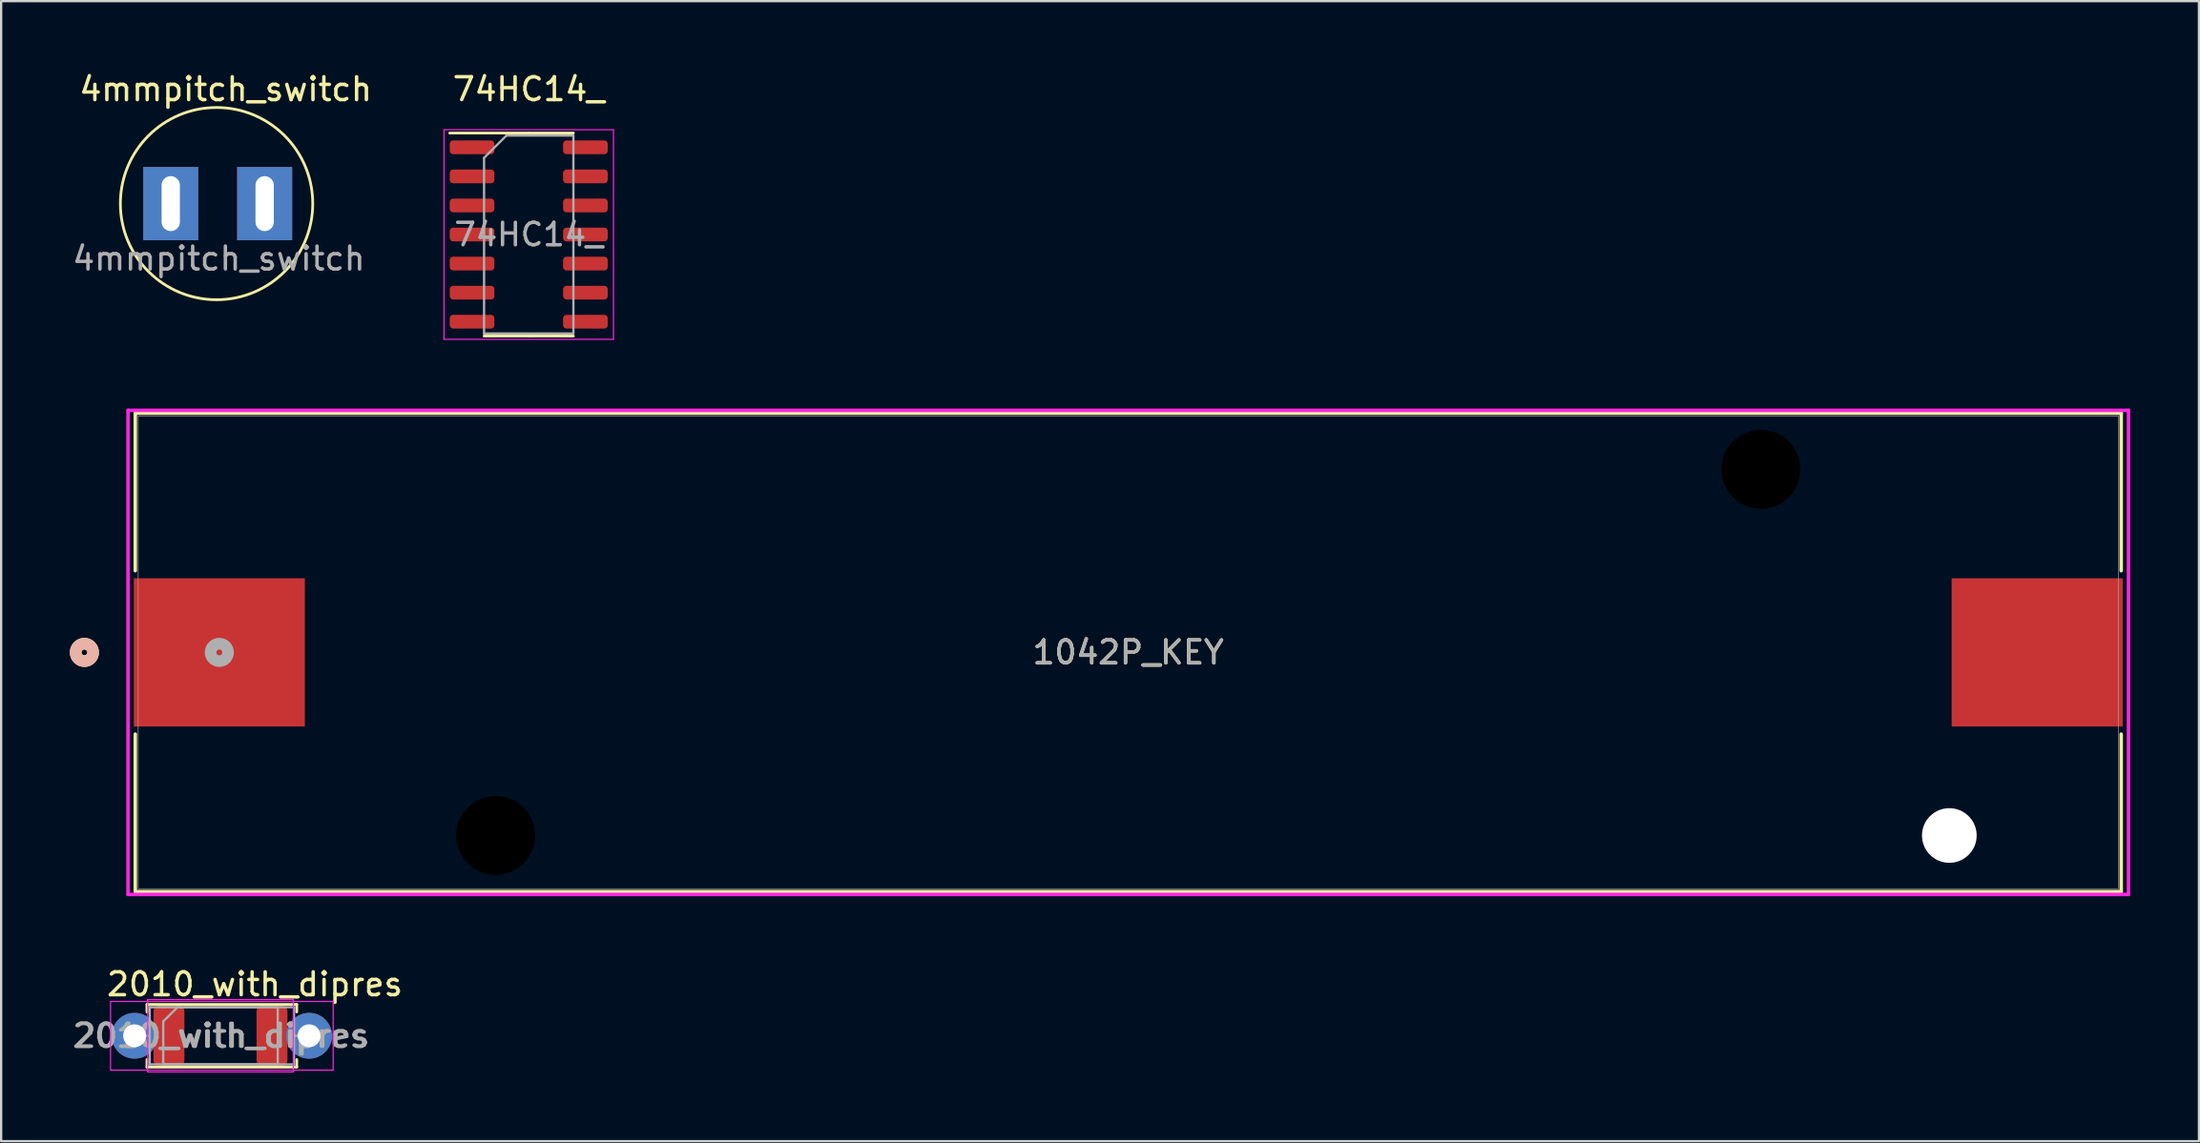
<source format=kicad_pcb>
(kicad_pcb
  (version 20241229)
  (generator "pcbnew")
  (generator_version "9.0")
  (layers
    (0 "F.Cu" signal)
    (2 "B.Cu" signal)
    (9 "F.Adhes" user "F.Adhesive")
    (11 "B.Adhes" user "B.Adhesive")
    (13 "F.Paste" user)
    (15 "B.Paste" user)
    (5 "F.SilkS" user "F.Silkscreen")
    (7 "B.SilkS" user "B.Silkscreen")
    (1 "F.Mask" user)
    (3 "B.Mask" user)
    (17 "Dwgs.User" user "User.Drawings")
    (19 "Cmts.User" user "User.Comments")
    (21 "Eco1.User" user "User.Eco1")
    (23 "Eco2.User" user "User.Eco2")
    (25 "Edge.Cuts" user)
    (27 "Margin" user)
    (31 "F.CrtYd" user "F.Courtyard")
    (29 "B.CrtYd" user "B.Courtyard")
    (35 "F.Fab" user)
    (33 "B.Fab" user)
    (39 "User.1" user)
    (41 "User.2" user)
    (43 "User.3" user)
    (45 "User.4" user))
  (footprint "2010_with_dipres"
    (layer "F.Cu")
    (at 6.577 42.212)
    (property "Reference" "2010_with_dipres" (at 1.5 -2.25 0) (unlocked yes) (layer "F.SilkS") (effects (font (size 1 1) (thickness 0.15))))
    (attr smd)
    (fp_line (start -3.21 -1.37) (end 3.33 -1.37) (stroke (width 0.12) (type solid)) (layer "F.SilkS"))
    (fp_line (start -3.21 -1.04) (end -3.21 -1.37) (stroke (width 0.12) (type solid)) (layer "F.SilkS"))
    (fp_line (start -3.21 1.04) (end -3.21 1.37) (stroke (width 0.12) (type solid)) (layer "F.SilkS"))
    (fp_line (start -3.21 1.37) (end 3.33 1.37) (stroke (width 0.12) (type solid)) (layer "F.SilkS"))
    (fp_line (start 3.33 -1.37) (end 3.33 -1.04) (stroke (width 0.12) (type solid)) (layer "F.SilkS"))
    (fp_line (start 3.33 1.37) (end 3.33 1.04) (stroke (width 0.12) (type solid)) (layer "F.SilkS"))
    (fp_line (start -4.8 -1.5) (end -4.8 1.5) (stroke (width 0.05) (type solid)) (layer "F.CrtYd"))
    (fp_line (start -4.8 1.5) (end 4.92 1.5) (stroke (width 0.05) (type solid)) (layer "F.CrtYd"))
    (fp_line (start -3.18 -1.58) (end 3.18 -1.58) (stroke (width 0.05) (type solid)) (layer "F.CrtYd"))
    (fp_line (start -3.18 1.58) (end -3.18 -1.58) (stroke (width 0.05) (type solid)) (layer "F.CrtYd"))
    (fp_line (start 3.18 -1.58) (end 3.18 1.58) (stroke (width 0.05) (type solid)) (layer "F.CrtYd"))
    (fp_line (start 3.18 1.58) (end -3.18 1.58) (stroke (width 0.05) (type solid)) (layer "F.CrtYd"))
    (fp_line (start 4.92 -1.5) (end -4.8 -1.5) (stroke (width 0.05) (type solid)) (layer "F.CrtYd"))
    (fp_line (start 4.92 1.5) (end 4.92 -1.5) (stroke (width 0.05) (type solid)) (layer "F.CrtYd"))
    (fp_line (start -3.75 0) (end -3.09 0) (stroke (width 0.1) (type solid)) (layer "F.Fab"))
    (fp_line (start -3.09 -1.25) (end -3.09 1.25) (stroke (width 0.1) (type solid)) (layer "F.Fab"))
    (fp_line (start -3.09 1.25) (end 3.21 1.25) (stroke (width 0.1) (type solid)) (layer "F.Fab"))
    (fp_line (start -2.5 -0.625) (end -2.5 1.25) (stroke (width 0.1) (type solid)) (layer "F.Fab"))
    (fp_line (start -2.5 1.25) (end 2.5 1.25) (stroke (width 0.1) (type solid)) (layer "F.Fab"))
    (fp_line (start -1.875 -1.25) (end -2.5 -0.625) (stroke (width 0.1) (type solid)) (layer "F.Fab"))
    (fp_line (start 2.5 -1.25) (end -1.875 -1.25) (stroke (width 0.1) (type solid)) (layer "F.Fab"))
    (fp_line (start 2.5 1.25) (end 2.5 -1.25) (stroke (width 0.1) (type solid)) (layer "F.Fab"))
    (fp_line (start 3.21 -1.25) (end -3.09 -1.25) (stroke (width 0.1) (type solid)) (layer "F.Fab"))
    (fp_line (start 3.21 1.25) (end 3.21 -1.25) (stroke (width 0.1) (type solid)) (layer "F.Fab"))
    (fp_line (start 3.87 0) (end 3.21 0) (stroke (width 0.1) (type solid)) (layer "F.Fab"))
    (fp_text user "${REFERENCE}" (at 0.06 0 0) (layer "F.Fab") (effects (font (size 1 1) (thickness 0.15))))
    (fp_text user "${REFERENCE}" (at 0 0 0) (layer "F.Fab") (effects (font (size 1 1) (thickness 0.15))))
    (pad "1" thru_hole circle (at -3.75 0) (size 2 2) (drill 1) (layers "*.Cu" "*.Mask"))
    (pad "1" smd roundrect (at -2.25 0) (size 1.35 2.65) (layers "F.Cu" "F.Mask" "F.Paste") (roundrect_rratio 0.185))
    (pad "2" smd roundrect (at 2.25 0) (size 1.35 2.65) (layers "F.Cu" "F.Mask" "F.Paste") (roundrect_rratio 0.185))
    (pad "2" thru_hole circle (at 3.87 0) (size 2 2) (drill 1) (layers "*.Cu" "*.Mask")))
  (footprint "74HC14_"
    (layer "F.Cu")
    (at 20.037 7.198)
    (property "Reference" "74HC14_" (at 0 -6.35 0) (layer "F.SilkS") (effects (font (size 1 1) (thickness 0.15))))
    (attr through_hole)
    (fp_line (start 0 -4.435) (end -3.45 -4.435) (stroke (width 0.12) (type solid)) (layer "F.SilkS"))
    (fp_line (start 0 -4.435) (end 1.95 -4.435) (stroke (width 0.12) (type solid)) (layer "F.SilkS"))
    (fp_line (start 0 4.435) (end -1.95 4.435) (stroke (width 0.12) (type solid)) (layer "F.SilkS"))
    (fp_line (start 0 4.435) (end 1.95 4.435) (stroke (width 0.12) (type solid)) (layer "F.SilkS"))
    (fp_line (start -3.7 -4.58) (end -3.7 4.58) (stroke (width 0.05) (type solid)) (layer "F.CrtYd"))
    (fp_line (start -3.7 4.58) (end 3.7 4.58) (stroke (width 0.05) (type solid)) (layer "F.CrtYd"))
    (fp_line (start 3.7 -4.58) (end -3.7 -4.58) (stroke (width 0.05) (type solid)) (layer "F.CrtYd"))
    (fp_line (start 3.7 4.58) (end 3.7 -4.58) (stroke (width 0.05) (type solid)) (layer "F.CrtYd"))
    (fp_line (start -1.95 -3.35) (end -0.975 -4.325) (stroke (width 0.1) (type solid)) (layer "F.Fab"))
    (fp_line (start -1.95 4.325) (end -1.95 -3.35) (stroke (width 0.1) (type solid)) (layer "F.Fab"))
    (fp_line (start -0.975 -4.325) (end 1.95 -4.325) (stroke (width 0.1) (type solid)) (layer "F.Fab"))
    (fp_line (start 1.95 -4.325) (end 1.95 4.325) (stroke (width 0.1) (type solid)) (layer "F.Fab"))
    (fp_line (start 1.95 4.325) (end -1.95 4.325) (stroke (width 0.1) (type solid)) (layer "F.Fab"))
    (fp_text user "${REFERENCE}" (at 0 0 0) (layer "F.Fab") (effects (font (size 0.98 0.98) (thickness 0.15))))
    (pad "1" smd roundrect (at -2.475 -3.81) (size 1.95 0.6) (layers "F.Cu" "F.Mask" "F.Paste") (roundrect_rratio 0.25))
    (pad "2" smd roundrect (at -2.475 -2.54) (size 1.95 0.6) (layers "F.Cu" "F.Mask" "F.Paste") (roundrect_rratio 0.25))
    (pad "3" smd roundrect (at -2.475 -1.27) (size 1.95 0.6) (layers "F.Cu" "F.Mask" "F.Paste") (roundrect_rratio 0.25))
    (pad "4" smd roundrect (at -2.475 0) (size 1.95 0.6) (layers "F.Cu" "F.Mask" "F.Paste") (roundrect_rratio 0.25))
    (pad "5" smd roundrect (at -2.475 1.27) (size 1.95 0.6) (layers "F.Cu" "F.Mask" "F.Paste") (roundrect_rratio 0.25))
    (pad "6" smd roundrect (at -2.475 2.54) (size 1.95 0.6) (layers "F.Cu" "F.Mask" "F.Paste") (roundrect_rratio 0.25))
    (pad "7" smd roundrect (at -2.475 3.81) (size 1.95 0.6) (layers "F.Cu" "F.Mask" "F.Paste") (roundrect_rratio 0.25))
    (pad "8" smd roundrect (at 2.475 3.81) (size 1.95 0.6) (layers "F.Cu" "F.Mask" "F.Paste") (roundrect_rratio 0.25))
    (pad "9" smd roundrect (at 2.475 2.54) (size 1.95 0.6) (layers "F.Cu" "F.Mask" "F.Paste") (roundrect_rratio 0.25))
    (pad "10" smd roundrect (at 2.475 1.27) (size 1.95 0.6) (layers "F.Cu" "F.Mask" "F.Paste") (roundrect_rratio 0.25))
    (pad "11" smd roundrect (at 2.475 0) (size 1.95 0.6) (layers "F.Cu" "F.Mask" "F.Paste") (roundrect_rratio 0.25))
    (pad "12" smd roundrect (at 2.475 -1.27) (size 1.95 0.6) (layers "F.Cu" "F.Mask" "F.Paste") (roundrect_rratio 0.25))
    (pad "13" smd roundrect (at 2.475 -2.54) (size 1.95 0.6) (layers "F.Cu" "F.Mask" "F.Paste") (roundrect_rratio 0.25))
    (pad "14" smd roundrect (at 2.475 -3.81) (size 1.95 0.6) (layers "F.Cu" "F.Mask" "F.Paste") (roundrect_rratio 0.25)))
  (footprint "1042P_KEY"
    (layer "F.Cu")
    (at 46.215 25.459)
    (property "Reference" "1042P_KEY" (at 0 0 0) (unlocked yes) (layer "F.SilkS") (effects (font (size 1 1) (thickness 0.15))))
    (attr smd)
    (fp_line (start -43.358 -10.452) (end -43.358 -3.571) (stroke (width 0.152) (type solid)) (layer "F.SilkS"))
    (fp_line (start -43.358 3.571) (end -43.358 10.452) (stroke (width 0.152) (type solid)) (layer "F.SilkS"))
    (fp_line (start -43.358 10.452) (end 43.358 10.452) (stroke (width 0.152) (type solid)) (layer "F.SilkS"))
    (fp_line (start 43.358 -10.452) (end -43.358 -10.452) (stroke (width 0.152) (type solid)) (layer "F.SilkS"))
    (fp_line (start 43.358 -3.571) (end 43.358 -10.452) (stroke (width 0.152) (type solid)) (layer "F.SilkS"))
    (fp_line (start 43.358 10.452) (end 43.358 3.571) (stroke (width 0.152) (type solid)) (layer "F.SilkS"))
    (fp_circle (center -45.58 0) (end -45.199 0) (stroke (width 0.508) (type solid)) (fill no) (layer "F.SilkS"))
    (fp_circle (center -45.58 0) (end -45.199 0) (stroke (width 0.508) (type solid)) (fill no) (layer "B.SilkS"))
    (fp_line (start -43.675 -10.579) (end -43.675 10.579) (stroke (width 0.152) (type solid)) (layer "F.CrtYd"))
    (fp_line (start -43.675 10.579) (end 43.675 10.579) (stroke (width 0.152) (type solid)) (layer "F.CrtYd"))
    (fp_line (start 43.675 -10.579) (end -43.675 -10.579) (stroke (width 0.152) (type solid)) (layer "F.CrtYd"))
    (fp_line (start 43.675 10.579) (end 43.675 -10.579) (stroke (width 0.152) (type solid)) (layer "F.CrtYd"))
    (fp_line (start -43.231 -10.325) (end -43.231 10.325) (stroke (width 0.025) (type solid)) (layer "F.Fab"))
    (fp_line (start -43.231 10.325) (end 43.231 10.325) (stroke (width 0.025) (type solid)) (layer "F.Fab"))
    (fp_line (start 43.231 -10.325) (end -43.231 -10.325) (stroke (width 0.025) (type solid)) (layer "F.Fab"))
    (fp_line (start 43.231 10.325) (end 43.231 -10.325) (stroke (width 0.025) (type solid)) (layer "F.Fab"))
    (fp_circle (center -39.688 0) (end -39.306 0) (stroke (width 0.508) (type solid)) (fill no) (layer "F.Fab"))
    (fp_text user "${REFERENCE}" (at 0 0 0) (unlocked yes) (layer "F.Fab") (effects (font (size 1 1) (thickness 0.15))))
    (pad "" np_thru_hole circle (at -27.622 8.001) (size 3.454 3.454) (drill 3.454) (layers))
    (pad "" np_thru_hole circle (at 27.622 -8.001) (size 3.454 3.454) (drill 3.454) (layers))
    (pad "" np_thru_hole circle (at 35.852 8.001) (size 2.388 2.388) (drill 2.388) (layers "*.Cu" "*.Mask"))
    (pad "1" smd rect (at -39.688 0) (size 7.468 6.477) (layers "F.Cu" "F.Mask" "F.Paste"))
    (pad "2" smd rect (at 39.688 0) (size 7.468 6.477) (layers "F.Cu" "F.Mask" "F.Paste")))
  (footprint "4mmpitch_switch"
    (layer "F.Cu")
    (at 6.506 5.748)
    (property "Reference" "4mmpitch_switch" (at 0.3 -4.9 0) (unlocked yes) (layer "F.SilkS") (effects (font (size 1 1) (thickness 0.15))))
    (attr through_hole)
    (fp_circle (center -0.1 0.1) (end 4.1 0.1) (stroke (width 0.12) (type solid)) (fill no) (layer "F.SilkS"))
    (fp_text user "${REFERENCE}" (at 0 2.5 0) (unlocked yes) (layer "F.Fab") (effects (font (size 1 1) (thickness 0.15))))
    (pad "1" thru_hole rect (at -2.1 0.1) (size 2.4 3.2) (drill oval 0.8 2.4) (layers "*.Cu" "*.Mask"))
    (pad "2" thru_hole rect (at 2 0.1) (size 2.4 3.2) (drill oval 0.8 2.4) (layers "*.Cu" "*.Mask")))
  (gr_rect
    (start -3 -3)
    (end 92.967 46.817)
    (stroke (width 0.1) (type default))
    (fill no)
    (layer "Edge.Cuts")))
</source>
